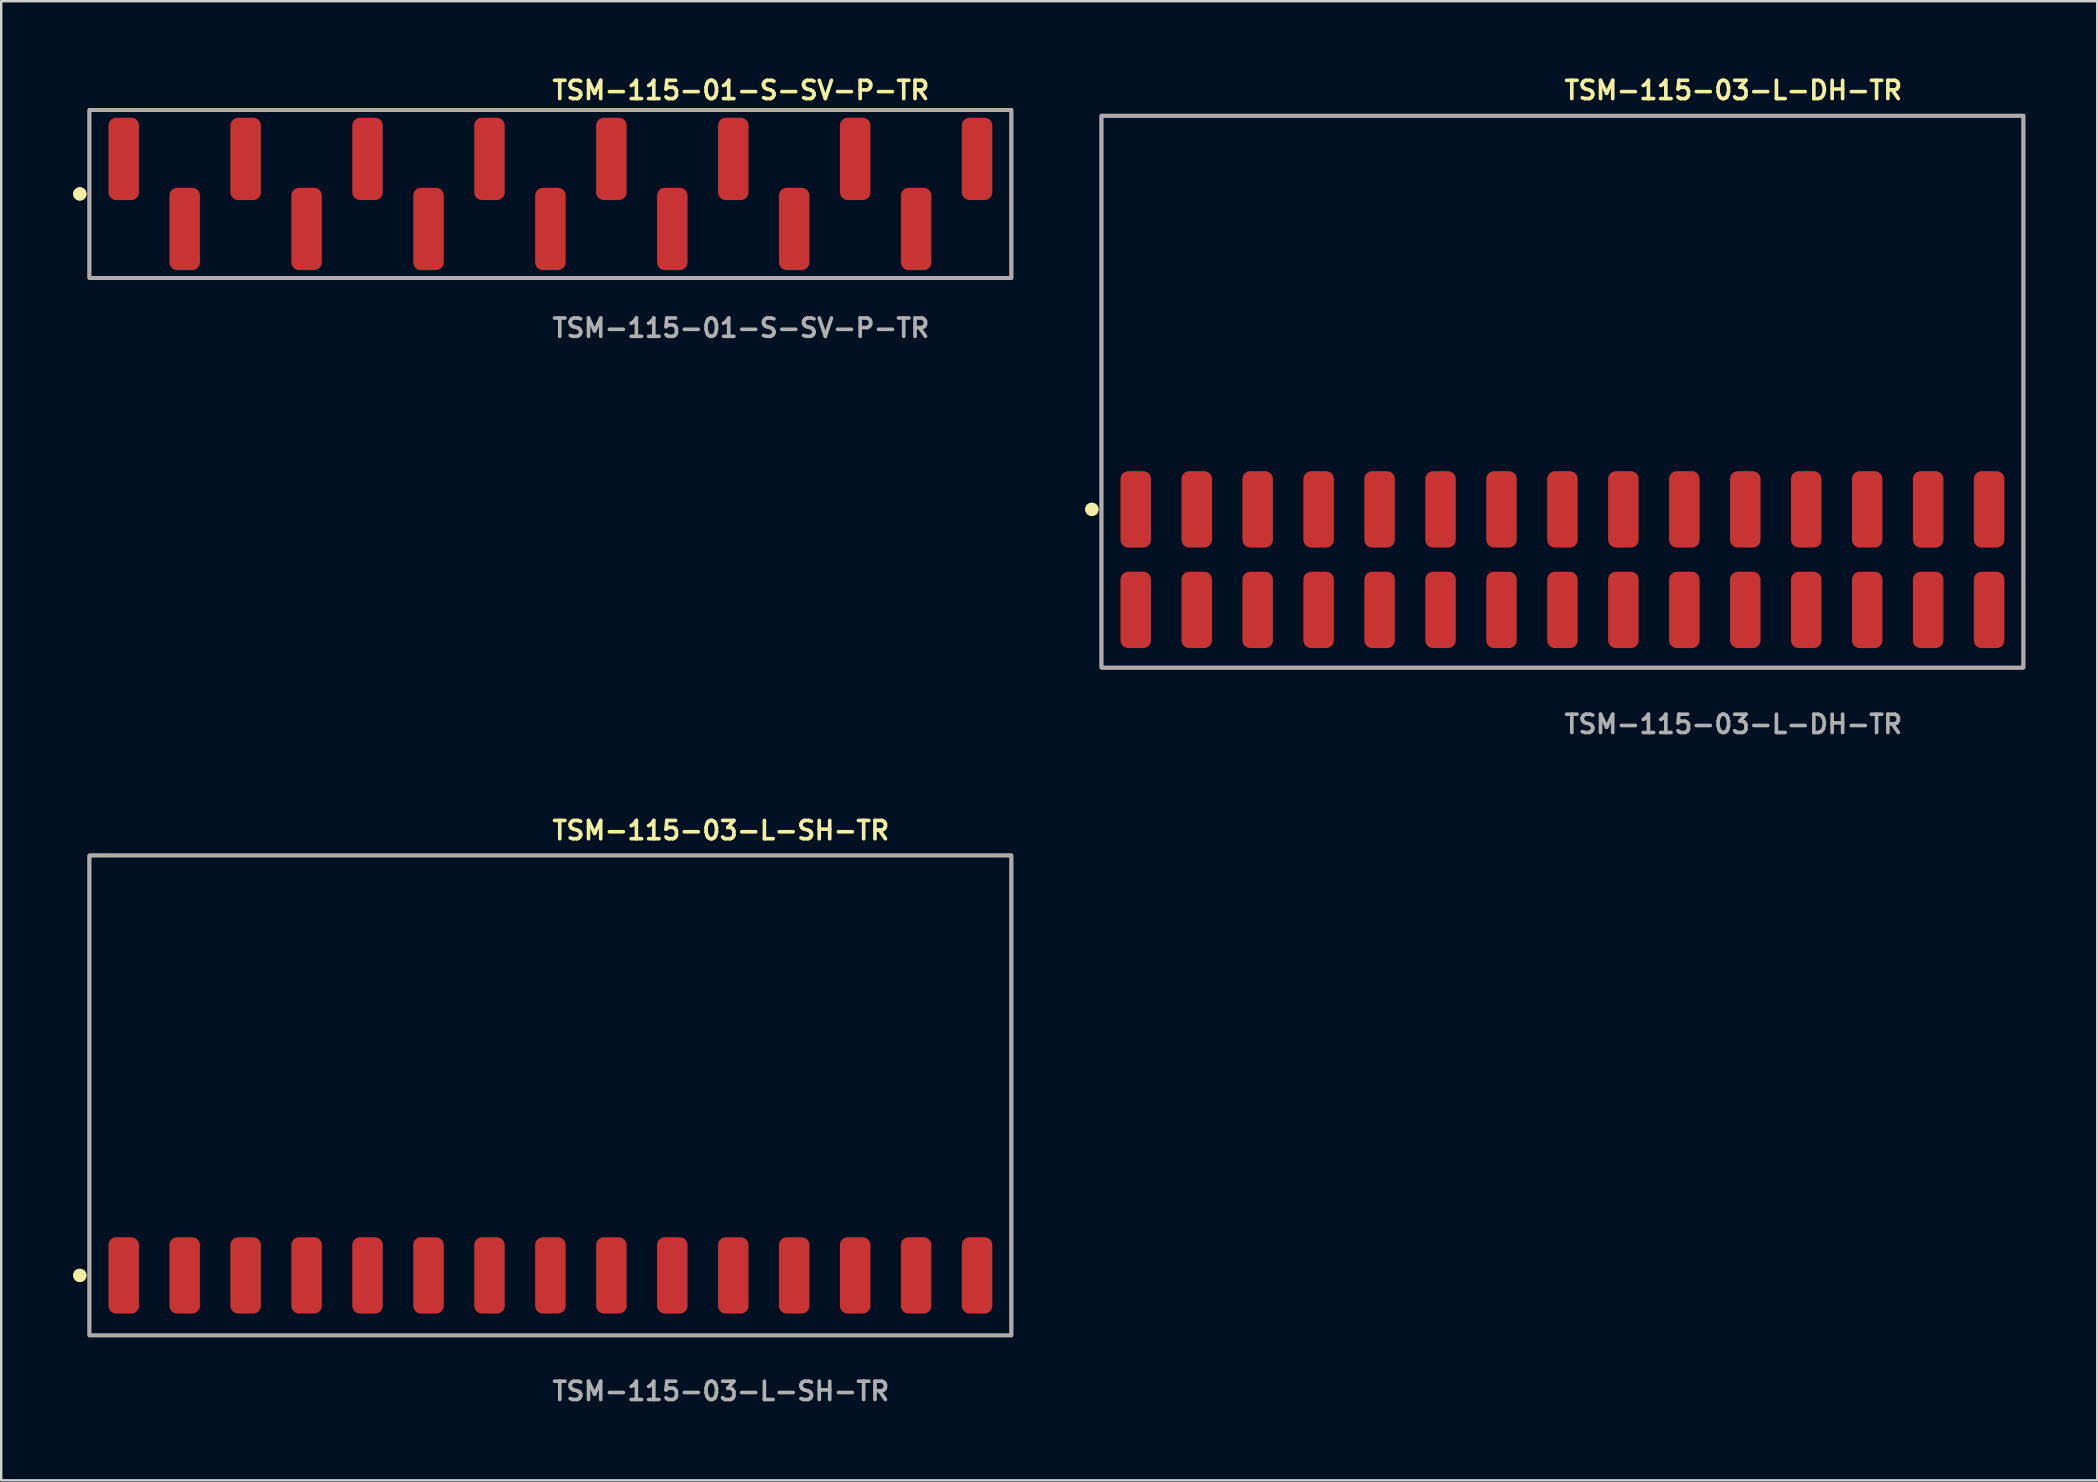
<source format=kicad_pcb>
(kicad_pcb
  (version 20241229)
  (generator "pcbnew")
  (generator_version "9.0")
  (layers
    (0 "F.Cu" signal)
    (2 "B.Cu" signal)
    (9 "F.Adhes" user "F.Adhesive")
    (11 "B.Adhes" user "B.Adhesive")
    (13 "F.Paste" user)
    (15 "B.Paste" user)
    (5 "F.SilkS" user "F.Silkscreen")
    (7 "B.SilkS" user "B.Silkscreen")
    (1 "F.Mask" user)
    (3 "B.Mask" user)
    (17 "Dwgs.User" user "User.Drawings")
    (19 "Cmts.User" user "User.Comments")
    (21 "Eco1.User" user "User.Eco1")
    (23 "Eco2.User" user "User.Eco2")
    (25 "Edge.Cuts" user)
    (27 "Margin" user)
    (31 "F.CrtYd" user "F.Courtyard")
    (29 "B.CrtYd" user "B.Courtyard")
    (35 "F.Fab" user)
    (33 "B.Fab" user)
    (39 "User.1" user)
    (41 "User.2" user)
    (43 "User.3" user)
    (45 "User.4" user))
  (footprint "TSM-115-01-S-SV-P-TR"
    (layer "F.Cu")
    (at 19.886 5.031)
    (property "Reference" "TSM-115-01-S-SV-P-TR" (at 0 -4.318 0) (unlocked yes) (layer "F.SilkS") (effects (font (size 0.762 0.762) (thickness 0.152)) (justify left)))
    (fp_rect (start -19.21 3.5) (end 19.21 -3.5) (stroke (width 0.152) (type solid)) (fill no) (layer "F.SilkS"))
    (fp_circle (center -19.61 0) (end -19.81 0) (stroke (width 0.152) (type solid)) (fill yes) (layer "F.SilkS"))
    (fp_circle (center -19.61 0) (end -19.81 0) (stroke (width 0.152) (type solid)) (fill yes) (layer "F.SilkS"))
    (fp_rect (start -19.21 3.5) (end 19.21 -3.5) (stroke (width 0.006) (type solid)) (fill no) (layer "F.CrtYd"))
    (fp_rect (start -19.21 3.5) (end 19.21 -3.5) (stroke (width 0.152) (type solid)) (fill no) (layer "F.Fab"))
    (fp_text user "${REFERENCE}" (at 0 5.588 0) (unlocked yes) (layer "F.Fab") (effects (font (size 0.762 0.762) (thickness 0.152)) (justify left)))
    (pad "1" smd roundrect (at -17.78 -1.46) (size 1.27 3.43) (layers "F.Cu" "F.Paste") (roundrect_rratio 0.25))
    (pad "2" smd roundrect (at -15.24 1.46) (size 1.27 3.43) (layers "F.Cu" "F.Paste") (roundrect_rratio 0.25))
    (pad "3" smd roundrect (at -12.7 -1.46) (size 1.27 3.43) (layers "F.Cu" "F.Paste") (roundrect_rratio 0.25))
    (pad "4" smd roundrect (at -10.16 1.46) (size 1.27 3.43) (layers "F.Cu" "F.Paste") (roundrect_rratio 0.25))
    (pad "5" smd roundrect (at -7.62 -1.46) (size 1.27 3.43) (layers "F.Cu" "F.Paste") (roundrect_rratio 0.25))
    (pad "6" smd roundrect (at -5.08 1.46) (size 1.27 3.43) (layers "F.Cu" "F.Paste") (roundrect_rratio 0.25))
    (pad "7" smd roundrect (at -2.54 -1.46) (size 1.27 3.43) (layers "F.Cu" "F.Paste") (roundrect_rratio 0.25))
    (pad "8" smd roundrect (at 0 1.46) (size 1.27 3.43) (layers "F.Cu" "F.Paste") (roundrect_rratio 0.25))
    (pad "9" smd roundrect (at 2.54 -1.46) (size 1.27 3.43) (layers "F.Cu" "F.Paste") (roundrect_rratio 0.25))
    (pad "10" smd roundrect (at 5.08 1.46) (size 1.27 3.43) (layers "F.Cu" "F.Paste") (roundrect_rratio 0.25))
    (pad "11" smd roundrect (at 7.62 -1.46) (size 1.27 3.43) (layers "F.Cu" "F.Paste") (roundrect_rratio 0.25))
    (pad "12" smd roundrect (at 10.16 1.46) (size 1.27 3.43) (layers "F.Cu" "F.Paste") (roundrect_rratio 0.25))
    (pad "13" smd roundrect (at 12.7 -1.46) (size 1.27 3.43) (layers "F.Cu" "F.Paste") (roundrect_rratio 0.25))
    (pad "14" smd roundrect (at 15.24 1.46) (size 1.27 3.43) (layers "F.Cu" "F.Paste") (roundrect_rratio 0.25))
    (pad "15" smd roundrect (at 17.78 -1.46) (size 1.27 3.43) (layers "F.Cu" "F.Paste") (roundrect_rratio 0.25)))
  (footprint "TSM-115-03-L-DH-TR"
    (layer "F.Cu")
    (at 62.059 20.271)
    (property "Reference" "TSM-115-03-L-DH-TR" (at 0 -19.558 0) (unlocked yes) (layer "F.SilkS") (effects (font (size 0.762 0.762) (thickness 0.152)) (justify left)))
    (fp_rect (start -19.21 4.5) (end 19.21 -18.5) (stroke (width 0.152) (type solid)) (fill no) (layer "F.SilkS"))
    (fp_circle (center -19.61 -2.095) (end -19.81 -2.095) (stroke (width 0.152) (type solid)) (fill yes) (layer "F.SilkS"))
    (fp_circle (center -19.61 -2.095) (end -19.81 -2.095) (stroke (width 0.152) (type solid)) (fill yes) (layer "F.SilkS"))
    (fp_rect (start -19.21 4.5) (end 19.21 -18.5) (stroke (width 0.006) (type solid)) (fill no) (layer "F.CrtYd"))
    (fp_rect (start -19.21 4.5) (end 19.21 -18.5) (stroke (width 0.152) (type solid)) (fill no) (layer "F.Fab"))
    (fp_text user "${REFERENCE}" (at 0 6.858 0) (unlocked yes) (layer "F.Fab") (effects (font (size 0.762 0.762) (thickness 0.152)) (justify left)))
    (pad "1" smd roundrect (at -17.78 2.095) (size 1.27 3.18) (layers "F.Cu" "F.Paste") (roundrect_rratio 0.25))
    (pad "2" smd roundrect (at -17.78 -2.095) (size 1.27 3.18) (layers "F.Cu" "F.Paste") (roundrect_rratio 0.25))
    (pad "3" smd roundrect (at -15.24 2.095) (size 1.27 3.18) (layers "F.Cu" "F.Paste") (roundrect_rratio 0.25))
    (pad "4" smd roundrect (at -15.24 -2.095) (size 1.27 3.18) (layers "F.Cu" "F.Paste") (roundrect_rratio 0.25))
    (pad "5" smd roundrect (at -12.7 2.095) (size 1.27 3.18) (layers "F.Cu" "F.Paste") (roundrect_rratio 0.25))
    (pad "6" smd roundrect (at -12.7 -2.095) (size 1.27 3.18) (layers "F.Cu" "F.Paste") (roundrect_rratio 0.25))
    (pad "7" smd roundrect (at -10.16 2.095) (size 1.27 3.18) (layers "F.Cu" "F.Paste") (roundrect_rratio 0.25))
    (pad "8" smd roundrect (at -10.16 -2.095) (size 1.27 3.18) (layers "F.Cu" "F.Paste") (roundrect_rratio 0.25))
    (pad "9" smd roundrect (at -7.62 2.095) (size 1.27 3.18) (layers "F.Cu" "F.Paste") (roundrect_rratio 0.25))
    (pad "10" smd roundrect (at -7.62 -2.095) (size 1.27 3.18) (layers "F.Cu" "F.Paste") (roundrect_rratio 0.25))
    (pad "11" smd roundrect (at -5.08 2.095) (size 1.27 3.18) (layers "F.Cu" "F.Paste") (roundrect_rratio 0.25))
    (pad "12" smd roundrect (at -5.08 -2.095) (size 1.27 3.18) (layers "F.Cu" "F.Paste") (roundrect_rratio 0.25))
    (pad "13" smd roundrect (at -2.54 2.095) (size 1.27 3.18) (layers "F.Cu" "F.Paste") (roundrect_rratio 0.25))
    (pad "14" smd roundrect (at -2.54 -2.095) (size 1.27 3.18) (layers "F.Cu" "F.Paste") (roundrect_rratio 0.25))
    (pad "15" smd roundrect (at 0 2.095) (size 1.27 3.18) (layers "F.Cu" "F.Paste") (roundrect_rratio 0.25))
    (pad "16" smd roundrect (at 0 -2.095) (size 1.27 3.18) (layers "F.Cu" "F.Paste") (roundrect_rratio 0.25))
    (pad "17" smd roundrect (at 2.54 2.095) (size 1.27 3.18) (layers "F.Cu" "F.Paste") (roundrect_rratio 0.25))
    (pad "18" smd roundrect (at 2.54 -2.095) (size 1.27 3.18) (layers "F.Cu" "F.Paste") (roundrect_rratio 0.25))
    (pad "19" smd roundrect (at 5.08 2.095) (size 1.27 3.18) (layers "F.Cu" "F.Paste") (roundrect_rratio 0.25))
    (pad "20" smd roundrect (at 5.08 -2.095) (size 1.27 3.18) (layers "F.Cu" "F.Paste") (roundrect_rratio 0.25))
    (pad "21" smd roundrect (at 7.62 2.095) (size 1.27 3.18) (layers "F.Cu" "F.Paste") (roundrect_rratio 0.25))
    (pad "22" smd roundrect (at 7.62 -2.095) (size 1.27 3.18) (layers "F.Cu" "F.Paste") (roundrect_rratio 0.25))
    (pad "23" smd roundrect (at 10.16 2.095) (size 1.27 3.18) (layers "F.Cu" "F.Paste") (roundrect_rratio 0.25))
    (pad "24" smd roundrect (at 10.16 -2.095) (size 1.27 3.18) (layers "F.Cu" "F.Paste") (roundrect_rratio 0.25))
    (pad "25" smd roundrect (at 12.7 2.095) (size 1.27 3.18) (layers "F.Cu" "F.Paste") (roundrect_rratio 0.25))
    (pad "26" smd roundrect (at 12.7 -2.095) (size 1.27 3.18) (layers "F.Cu" "F.Paste") (roundrect_rratio 0.25))
    (pad "27" smd roundrect (at 15.24 2.095) (size 1.27 3.18) (layers "F.Cu" "F.Paste") (roundrect_rratio 0.25))
    (pad "28" smd roundrect (at 15.24 -2.095) (size 1.27 3.18) (layers "F.Cu" "F.Paste") (roundrect_rratio 0.25))
    (pad "29" smd roundrect (at 17.78 2.095) (size 1.27 3.18) (layers "F.Cu" "F.Paste") (roundrect_rratio 0.25))
    (pad "30" smd roundrect (at 17.78 -2.095) (size 1.27 3.18) (layers "F.Cu" "F.Paste") (roundrect_rratio 0.25)))
  (footprint "TSM-115-03-L-SH-TR"
    (layer "F.Cu")
    (at 19.886 50.098)
    (property "Reference" "TSM-115-03-L-SH-TR" (at 0 -18.542 0) (unlocked yes) (layer "F.SilkS") (effects (font (size 0.762 0.762) (thickness 0.152)) (justify left)))
    (fp_rect (start -19.21 2.5) (end 19.21 -17.5) (stroke (width 0.152) (type solid)) (fill no) (layer "F.SilkS"))
    (fp_circle (center -19.61 0) (end -19.81 0) (stroke (width 0.152) (type solid)) (fill yes) (layer "F.SilkS"))
    (fp_circle (center -19.61 0) (end -19.81 0) (stroke (width 0.152) (type solid)) (fill yes) (layer "F.SilkS"))
    (fp_rect (start -19.21 2.5) (end 19.21 -17.5) (stroke (width 0.006) (type solid)) (fill no) (layer "F.CrtYd"))
    (fp_rect (start -19.21 2.5) (end 19.21 -17.5) (stroke (width 0.152) (type solid)) (fill no) (layer "F.Fab"))
    (fp_text user "${REFERENCE}" (at 0 4.826 0) (unlocked yes) (layer "F.Fab") (effects (font (size 0.762 0.762) (thickness 0.152)) (justify left)))
    (pad "1" smd roundrect (at -17.78 0) (size 1.27 3.18) (layers "F.Cu" "F.Paste") (roundrect_rratio 0.25))
    (pad "2" smd roundrect (at -15.24 0) (size 1.27 3.18) (layers "F.Cu" "F.Paste") (roundrect_rratio 0.25))
    (pad "3" smd roundrect (at -12.7 0) (size 1.27 3.18) (layers "F.Cu" "F.Paste") (roundrect_rratio 0.25))
    (pad "4" smd roundrect (at -10.16 0) (size 1.27 3.18) (layers "F.Cu" "F.Paste") (roundrect_rratio 0.25))
    (pad "5" smd roundrect (at -7.62 0) (size 1.27 3.18) (layers "F.Cu" "F.Paste") (roundrect_rratio 0.25))
    (pad "6" smd roundrect (at -5.08 0) (size 1.27 3.18) (layers "F.Cu" "F.Paste") (roundrect_rratio 0.25))
    (pad "7" smd roundrect (at -2.54 0) (size 1.27 3.18) (layers "F.Cu" "F.Paste") (roundrect_rratio 0.25))
    (pad "8" smd roundrect (at 0 0) (size 1.27 3.18) (layers "F.Cu" "F.Paste") (roundrect_rratio 0.25))
    (pad "9" smd roundrect (at 2.54 0) (size 1.27 3.18) (layers "F.Cu" "F.Paste") (roundrect_rratio 0.25))
    (pad "10" smd roundrect (at 5.08 0) (size 1.27 3.18) (layers "F.Cu" "F.Paste") (roundrect_rratio 0.25))
    (pad "11" smd roundrect (at 7.62 0) (size 1.27 3.18) (layers "F.Cu" "F.Paste") (roundrect_rratio 0.25))
    (pad "12" smd roundrect (at 10.16 0) (size 1.27 3.18) (layers "F.Cu" "F.Paste") (roundrect_rratio 0.25))
    (pad "13" smd roundrect (at 12.7 0) (size 1.27 3.18) (layers "F.Cu" "F.Paste") (roundrect_rratio 0.25))
    (pad "14" smd roundrect (at 15.24 0) (size 1.27 3.18) (layers "F.Cu" "F.Paste") (roundrect_rratio 0.25))
    (pad "15" smd roundrect (at 17.78 0) (size 1.27 3.18) (layers "F.Cu" "F.Paste") (roundrect_rratio 0.25)))
  (gr_rect
    (start -3 -3)
    (end 84.345 58.637)
    (stroke (width 0.1) (type default))
    (fill no)
    (layer "Edge.Cuts")))
</source>
